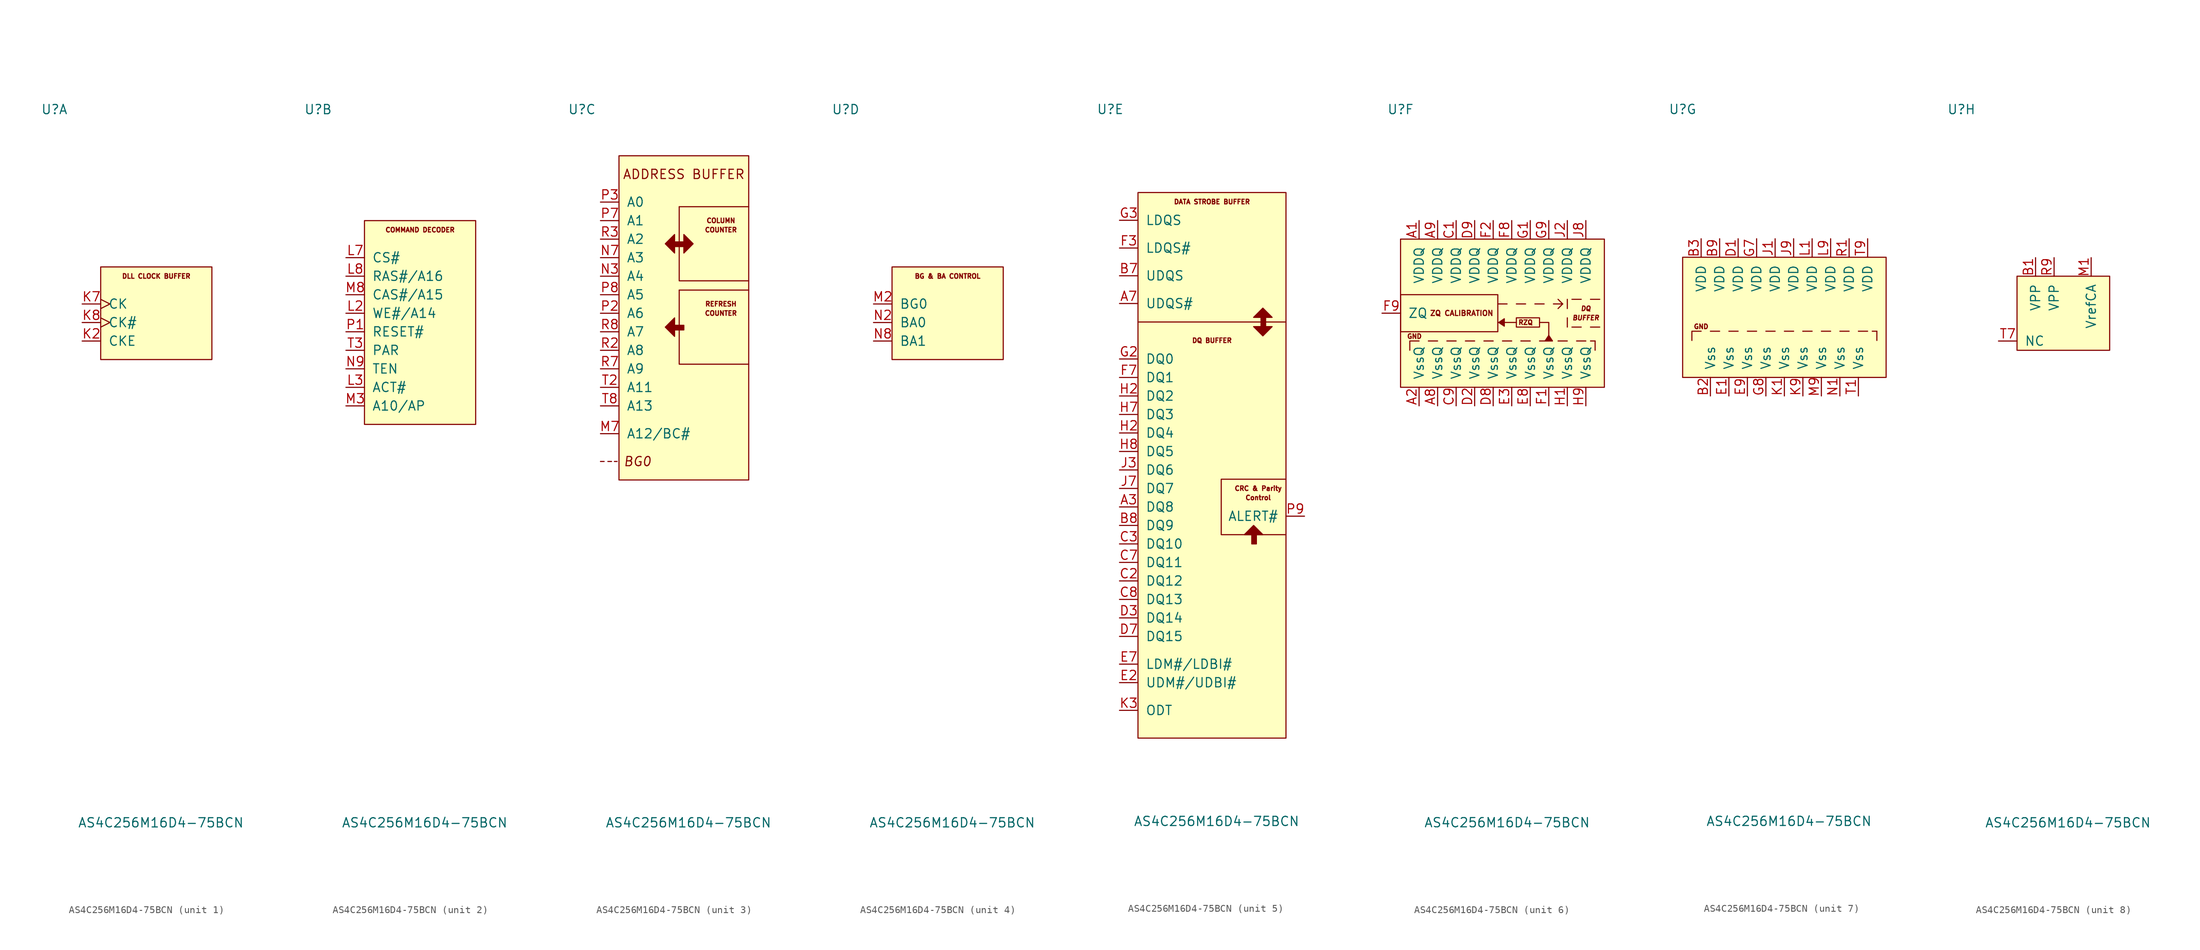
<source format=kicad_sym>
(kicad_symbol_lib
  (version 20211014)
  (generator kicad_symbol_editor)
  (symbol "AS4C256M16D4-75BCN"
    (pin_names
      (offset 1.016))
    (property "Reference" "U"
      (at -13.97 27.94 0)
      (effects (font (size 1.27 1.27))))
    (property "Value" "AS4C256M16D4-75BCN"
      (at 0.635 -69.85 0)
      (effects (font (size 1.27 1.27))))
    (property "ki_locked" ""
      (at 0 0 0)
      (effects (font (size 1.27 1.27))))
    (symbol "AS4C256M16D4-75BCN_1_0"
      (text "DLL CLOCK BUFFER" (at 0 5.08 0) (effects (font (size 0.635 0.635)))))
    (symbol "AS4C256M16D4-75BCN_1_1"
      (rectangle (start -7.62 6.35) (end 7.62 -6.35) (stroke (width 0) (type default) (color 0 0 0 0)) (fill (type background)))
      (pin input line (at -10.16 -3.81 0) (length 2.54) (name "CKE" (effects (font (size 1.27 1.27)))) (number "K2" (effects (font (size 1.27 1.27)))))
      (pin input clock (at -10.16 1.27 0) (length 2.54) (name "CK" (effects (font (size 1.27 1.27)))) (number "K7" (effects (font (size 1.27 1.27)))))
      (pin input clock (at -10.16 -1.27 0) (length 2.54) (name "CK#" (effects (font (size 1.27 1.27)))) (number "K8" (effects (font (size 1.27 1.27))))))
    (symbol "AS4C256M16D4-75BCN_2_0"
      (rectangle (start -7.62 12.7) (end 7.62 -15.24) (stroke (width 0) (type default) (color 0 0 0 0)) (fill (type background)))
      (text "COMMAND DECODER" (at 0 11.43 0) (effects (font (size 0.635 0.635)))))
    (symbol "AS4C256M16D4-75BCN_2_1"
      (pin input line (at -10.16 0 0) (length 2.54) (name "WE#/A14" (effects (font (size 1.27 1.27)))) (number "L2" (effects (font (size 1.27 1.27)))))
      (pin input line (at -10.16 -10.16 0) (length 2.54) (name "ACT#" (effects (font (size 1.27 1.27)))) (number "L3" (effects (font (size 1.27 1.27)))))
      (pin input line (at -10.16 7.62 0) (length 2.54) (name "CS#" (effects (font (size 1.27 1.27)))) (number "L7" (effects (font (size 1.27 1.27)))))
      (pin input line (at -10.16 5.08 0) (length 2.54) (name "RAS#/A16" (effects (font (size 1.27 1.27)))) (number "L8" (effects (font (size 1.27 1.27)))))
      (pin input line (at -10.16 -12.7 0) (length 2.54) (name "A10/AP" (effects (font (size 1.27 1.27)))) (number "M3" (effects (font (size 1.27 1.27)))))
      (pin input line (at -10.16 2.54 0) (length 2.54) (name "CAS#/A15" (effects (font (size 1.27 1.27)))) (number "M8" (effects (font (size 1.27 1.27)))))
      (pin input line (at -10.16 -7.62 0) (length 2.54) (name "TEN" (effects (font (size 1.27 1.27)))) (number "N9" (effects (font (size 1.27 1.27)))))
      (pin input line (at -10.16 -2.54 0) (length 2.54) (name "RESET#" (effects (font (size 1.27 1.27)))) (number "P1" (effects (font (size 1.27 1.27)))))
      (pin input line (at -10.16 -5.08 0) (length 2.54) (name "PAR" (effects (font (size 1.27 1.27)))) (number "T3" (effects (font (size 1.27 1.27))))))
    (symbol "AS4C256M16D4-75BCN_3_1"
      (rectangle (start -8.89 21.59) (end 8.89 -22.86) (stroke (width 0) (type default) (color 0 0 0 0)) (fill (type background)))
      (rectangle (start 0 -2.286) (end -1.27 -1.651) (stroke (width 0) (type default) (color 0 0 0 0)) (fill (type outline)))
      (polyline (pts (xy -11.43 -20.32) (xy -10.922 -20.32)) (stroke (width 0) (type default) (color 0 0 0 0)) (fill (type none)))
      (polyline (pts (xy -10.414 -20.32) (xy -9.906 -20.32)) (stroke (width 0) (type default) (color 0 0 0 0)) (fill (type none)))
      (polyline (pts (xy -9.525 -20.32) (xy -9.144 -20.32)) (stroke (width 0) (type default) (color 0 0 0 0)) (fill (type none)))
      (polyline (pts (xy -0.635 3.175) (xy 8.89 3.175)) (stroke (width 0) (type default) (color 0 0 0 0)) (fill (type none)))
      (polyline (pts (xy -0.635 14.605) (xy 8.89 14.605)) (stroke (width 0) (type default) (color 0 0 0 0)) (fill (type none)))
      (polyline (pts (xy -0.635 3.175) (xy -0.635 -6.985) (xy 8.89 -6.985)) (stroke (width 0) (type default) (color 0 0 0 0)) (fill (type none)))
      (polyline (pts (xy -0.635 14.605) (xy -0.635 4.445) (xy 8.89 4.445)) (stroke (width 0) (type default) (color 0 0 0 0)) (fill (type none)))
      (polyline (pts (xy -2.54 -1.905) (xy -1.27 -0.635) (xy -2.54 -1.905) (xy -1.27 -3.175) (xy -1.27 -0.635)) (stroke (width 0) (type default) (color 0 0 0 0)) (fill (type outline)))
      (polyline (pts (xy -2.54 9.525) (xy -1.27 10.795) (xy -2.54 9.525) (xy -1.27 8.255) (xy -1.27 10.795)) (stroke (width 0) (type default) (color 0 0 0 0)) (fill (type outline)))
      (polyline (pts (xy 1.27 9.525) (xy 0 8.255) (xy 1.27 9.525) (xy 0 10.795) (xy 0 8.255)) (stroke (width 0) (type default) (color 0 0 0 0)) (fill (type outline)))
      (rectangle (start 0 9.144) (end -1.27 9.779) (stroke (width 0) (type default) (color 0 0 0 0)) (fill (type outline)))
      (text "ADDRESS BUFFER" (at 0 19.05 0) (effects (font (size 1.27 1.27))))
      (text "BG0" (at -6.35 -20.32 0) (effects (font (size 1.27 1.27) italic)))
      (text "COLUMN" (at 5.08 12.7 0) (effects (font (size 0.635 0.635))))
      (text "COUNTER" (at 5.08 0 0) (effects (font (size 0.635 0.635))))
      (text "COUNTER" (at 5.08 11.43 0) (effects (font (size 0.635 0.635))))
      (text "REFRESH" (at 5.08 1.27 0) (effects (font (size 0.635 0.635))))
      (pin input line (at -11.43 -16.51 0) (length 2.54) (name "A12/BC#" (effects (font (size 1.27 1.27)))) (number "M7" (effects (font (size 1.27 1.27)))))
      (pin input line (at -11.43 5.08 0) (length 2.54) (name "A4" (effects (font (size 1.27 1.27)))) (number "N3" (effects (font (size 1.27 1.27)))))
      (pin input line (at -11.43 7.62 0) (length 2.54) (name "A3" (effects (font (size 1.27 1.27)))) (number "N7" (effects (font (size 1.27 1.27)))))
      (pin input line (at -11.43 0 0) (length 2.54) (name "A6" (effects (font (size 1.27 1.27)))) (number "P2" (effects (font (size 1.27 1.27)))))
      (pin input line (at -11.43 15.24 0) (length 2.54) (name "A0" (effects (font (size 1.27 1.27)))) (number "P3" (effects (font (size 1.27 1.27)))))
      (pin input line (at -11.43 12.7 0) (length 2.54) (name "A1" (effects (font (size 1.27 1.27)))) (number "P7" (effects (font (size 1.27 1.27)))))
      (pin input line (at -11.43 2.54 0) (length 2.54) (name "A5" (effects (font (size 1.27 1.27)))) (number "P8" (effects (font (size 1.27 1.27)))))
      (pin input line (at -11.43 -5.08 0) (length 2.54) (name "A8" (effects (font (size 1.27 1.27)))) (number "R2" (effects (font (size 1.27 1.27)))))
      (pin input line (at -11.43 10.16 0) (length 2.54) (name "A2" (effects (font (size 1.27 1.27)))) (number "R3" (effects (font (size 1.27 1.27)))))
      (pin input line (at -11.43 -7.62 0) (length 2.54) (name "A9" (effects (font (size 1.27 1.27)))) (number "R7" (effects (font (size 1.27 1.27)))))
      (pin input line (at -11.43 -2.54 0) (length 2.54) (name "A7" (effects (font (size 1.27 1.27)))) (number "R8" (effects (font (size 1.27 1.27)))))
      (pin input line (at -11.43 -10.16 0) (length 2.54) (name "A11" (effects (font (size 1.27 1.27)))) (number "T2" (effects (font (size 1.27 1.27)))))
      (pin input line (at -11.43 -12.7 0) (length 2.54) (name "A13" (effects (font (size 1.27 1.27)))) (number "T8" (effects (font (size 1.27 1.27))))))
    (symbol "AS4C256M16D4-75BCN_4_1"
      (rectangle (start -7.62 6.35) (end 7.62 -6.35) (stroke (width 0) (type default) (color 0 0 0 0)) (fill (type background)))
      (text "BG & BA CONTROL" (at 0 5.08 0) (effects (font (size 0.635 0.635))))
      (pin input line (at -10.16 1.27 0) (length 2.54) (name "BG0" (effects (font (size 1.27 1.27)))) (number "M2" (effects (font (size 1.27 1.27)))))
      (pin input line (at -10.16 -1.27 0) (length 2.54) (name "BA0" (effects (font (size 1.27 1.27)))) (number "N2" (effects (font (size 1.27 1.27)))))
      (pin input line (at -10.16 -3.81 0) (length 2.54) (name "BA1" (effects (font (size 1.27 1.27)))) (number "N8" (effects (font (size 1.27 1.27))))))
    (symbol "AS4C256M16D4-75BCN_5_1"
      (rectangle (start -10.16 16.51) (end 10.16 -58.42) (stroke (width 0) (type default) (color 0 0 0 0)) (fill (type background)))
      (polyline (pts (xy -10.16 -1.27) (xy 1.27 -1.27) (xy 10.16 -1.27)) (stroke (width 0) (type default) (color 0 0 0 0)) (fill (type none)))
      (polyline (pts (xy 5.715 -29.21) (xy 6.985 -30.48) (xy 5.715 -29.21) (xy 4.445 -30.48) (xy 6.985 -30.48)) (stroke (width 0) (type default) (color 0 0 0 0)) (fill (type outline)))
      (polyline (pts (xy 6.985 -3.175) (xy 5.715 -1.905) (xy 6.985 -3.175) (xy 8.255 -1.905) (xy 5.715 -1.905)) (stroke (width 0) (type default) (color 0 0 0 0)) (fill (type outline)))
      (polyline (pts (xy 6.985 0.635) (xy 8.255 -0.635) (xy 6.985 0.635) (xy 5.715 -0.635) (xy 8.255 -0.635)) (stroke (width 0) (type default) (color 0 0 0 0)) (fill (type outline)))
      (polyline (pts (xy 10.16 -22.86) (xy 1.27 -22.86) (xy 1.27 -26.67) (xy 1.27 -30.48) (xy 10.16 -30.48)) (stroke (width 0) (type default) (color 0 0 0 0)) (fill (type none)))
      (rectangle (start 6.096 -30.48) (end 5.461 -31.75) (stroke (width 0) (type default) (color 0 0 0 0)) (fill (type outline)))
      (rectangle (start 7.366 -0.635) (end 6.731 -1.905) (stroke (width 0) (type default) (color 0 0 0 0)) (fill (type outline)))
      (text "Control" (at 6.35 -25.4 0) (effects (font (size 0.635 0.635))))
      (text "CRC & Parity" (at 6.35 -24.13 0) (effects (font (size 0.635 0.635))))
      (text "DATA STROBE BUFFER" (at 0 15.24 0) (effects (font (size 0.635 0.635))))
      (text "DQ BUFFER" (at 0 -3.81 0) (effects (font (size 0.635 0.635))))
      (pin bidirectional line (at -12.7 -26.67 0) (length 2.54) (name "DQ8" (effects (font (size 1.27 1.27)))) (number "A3" (effects (font (size 1.27 1.27)))))
      (pin bidirectional line (at -12.7 1.27 0) (length 2.54) (name "UDQS#" (effects (font (size 1.27 1.27)))) (number "A7" (effects (font (size 1.27 1.27)))))
      (pin bidirectional line (at -12.7 5.08 0) (length 2.54) (name "UDQS" (effects (font (size 1.27 1.27)))) (number "B7" (effects (font (size 1.27 1.27)))))
      (pin bidirectional line (at -12.7 -29.21 0) (length 2.54) (name "DQ9" (effects (font (size 1.27 1.27)))) (number "B8" (effects (font (size 1.27 1.27)))))
      (pin bidirectional line (at -12.7 -36.83 0) (length 2.54) (name "DQ12" (effects (font (size 1.27 1.27)))) (number "C2" (effects (font (size 1.27 1.27)))))
      (pin bidirectional line (at -12.7 -31.75 0) (length 2.54) (name "DQ10" (effects (font (size 1.27 1.27)))) (number "C3" (effects (font (size 1.27 1.27)))))
      (pin bidirectional line (at -12.7 -34.29 0) (length 2.54) (name "DQ11" (effects (font (size 1.27 1.27)))) (number "C7" (effects (font (size 1.27 1.27)))))
      (pin bidirectional line (at -12.7 -39.37 0) (length 2.54) (name "DQ13" (effects (font (size 1.27 1.27)))) (number "C8" (effects (font (size 1.27 1.27)))))
      (pin bidirectional line (at -12.7 -41.91 0) (length 2.54) (name "DQ14" (effects (font (size 1.27 1.27)))) (number "D3" (effects (font (size 1.27 1.27)))))
      (pin bidirectional line (at -12.7 -44.45 0) (length 2.54) (name "DQ15" (effects (font (size 1.27 1.27)))) (number "D7" (effects (font (size 1.27 1.27)))))
      (pin bidirectional line (at -12.7 -50.8 0) (length 2.54) (name "UDM#/UDBI#" (effects (font (size 1.27 1.27)))) (number "E2" (effects (font (size 1.27 1.27)))))
      (pin bidirectional line (at -12.7 -48.26 0) (length 2.54) (name "LDM#/LDBI#" (effects (font (size 1.27 1.27)))) (number "E7" (effects (font (size 1.27 1.27)))))
      (pin bidirectional line (at -12.7 8.89 0) (length 2.54) (name "LDQS#" (effects (font (size 1.27 1.27)))) (number "F3" (effects (font (size 1.27 1.27)))))
      (pin bidirectional line (at -12.7 -8.89 0) (length 2.54) (name "DQ1" (effects (font (size 1.27 1.27)))) (number "F7" (effects (font (size 1.27 1.27)))))
      (pin bidirectional line (at -12.7 -6.35 0) (length 2.54) (name "DQ0" (effects (font (size 1.27 1.27)))) (number "G2" (effects (font (size 1.27 1.27)))))
      (pin bidirectional line (at -12.7 12.7 0) (length 2.54) (name "LDQS" (effects (font (size 1.27 1.27)))) (number "G3" (effects (font (size 1.27 1.27)))))
      (pin bidirectional line (at -12.7 -11.43 0) (length 2.54) (name "DQ2" (effects (font (size 1.27 1.27)))) (number "H2" (effects (font (size 1.27 1.27)))))
      (pin bidirectional line (at -12.7 -16.51 0) (length 2.54) (name "DQ4" (effects (font (size 1.27 1.27)))) (number "H2" (effects (font (size 1.27 1.27)))))
      (pin bidirectional line (at -12.7 -13.97 0) (length 2.54) (name "DQ3" (effects (font (size 1.27 1.27)))) (number "H7" (effects (font (size 1.27 1.27)))))
      (pin bidirectional line (at -12.7 -19.05 0) (length 2.54) (name "DQ5" (effects (font (size 1.27 1.27)))) (number "H8" (effects (font (size 1.27 1.27)))))
      (pin bidirectional line (at -12.7 -21.59 0) (length 2.54) (name "DQ6" (effects (font (size 1.27 1.27)))) (number "J3" (effects (font (size 1.27 1.27)))))
      (pin bidirectional line (at -12.7 -24.13 0) (length 2.54) (name "DQ7" (effects (font (size 1.27 1.27)))) (number "J7" (effects (font (size 1.27 1.27)))))
      (pin input line (at -12.7 -54.61 0) (length 2.54) (name "ODT" (effects (font (size 1.27 1.27)))) (number "K3" (effects (font (size 1.27 1.27)))))
      (pin output line (at 12.7 -27.94 180) (length 2.54) (name "ALERT#" (effects (font (size 1.27 1.27)))) (number "P9" (effects (font (size 1.27 1.27))))))
    (symbol "AS4C256M16D4-75BCN_6_1"
      (rectangle (start -13.97 2.54) (end -0.635 -2.54) (stroke (width 0) (type default) (color 0 0 0 0)) (fill (type none)))
      (polyline (pts (xy -10.16 -3.81) (xy -8.89 -3.81)) (stroke (width 0) (type default) (color 0 0 0 0)) (fill (type none)))
      (polyline (pts (xy -7.62 -3.81) (xy -6.35 -3.81)) (stroke (width 0) (type default) (color 0 0 0 0)) (fill (type none)))
      (polyline (pts (xy -5.08 -3.81) (xy -3.81 -3.81)) (stroke (width 0) (type default) (color 0 0 0 0)) (fill (type none)))
      (polyline (pts (xy -2.54 -3.81) (xy -1.27 -3.81)) (stroke (width 0) (type default) (color 0 0 0 0)) (fill (type none)))
      (polyline (pts (xy -0.635 1.27) (xy 0.635 1.27)) (stroke (width 0) (type default) (color 0 0 0 0)) (fill (type none)))
      (polyline (pts (xy 0 -3.81) (xy 1.27 -3.81)) (stroke (width 0) (type default) (color 0 0 0 0)) (fill (type none)))
      (polyline (pts (xy 1.905 -1.27) (xy -0.635 -1.27)) (stroke (width 0) (type default) (color 0 0 0 0)) (fill (type none)))
      (polyline (pts (xy 1.905 1.27) (xy 3.175 1.27)) (stroke (width 0) (type default) (color 0 0 0 0)) (fill (type none)))
      (polyline (pts (xy 2.54 -3.81) (xy 2.54 -3.81)) (stroke (width 0) (type default) (color 0 0 0 0)) (fill (type none)))
      (polyline (pts (xy 2.54 -3.81) (xy 3.81 -3.81)) (stroke (width 0) (type default) (color 0 0 0 0)) (fill (type none)))
      (polyline (pts (xy 4.445 1.27) (xy 5.715 1.27)) (stroke (width 0) (type default) (color 0 0 0 0)) (fill (type none)))
      (polyline (pts (xy 5.08 -3.81) (xy 6.35 -3.81)) (stroke (width 0) (type default) (color 0 0 0 0)) (fill (type none)))
      (polyline (pts (xy 6.985 1.27) (xy 8.255 1.27)) (stroke (width 0) (type default) (color 0 0 0 0)) (fill (type none)))
      (polyline (pts (xy 7.62 -3.81) (xy 8.89 -3.81)) (stroke (width 0) (type default) (color 0 0 0 0)) (fill (type none)))
      (polyline (pts (xy 8.255 1.27) (xy 7.62 0.635)) (stroke (width 0) (type default) (color 0 0 0 0)) (fill (type none)))
      (polyline (pts (xy 8.255 1.27) (xy 7.62 1.905)) (stroke (width 0) (type default) (color 0 0 0 0)) (fill (type none)))
      (polyline (pts (xy 8.89 -1.905) (xy 8.89 -0.635)) (stroke (width 0) (type default) (color 0 0 0 0)) (fill (type none)))
      (polyline (pts (xy 8.89 0.635) (xy 8.89 1.905)) (stroke (width 0) (type default) (color 0 0 0 0)) (fill (type none)))
      (polyline (pts (xy 10.16 -3.81) (xy 11.43 -3.81)) (stroke (width 0) (type default) (color 0 0 0 0)) (fill (type none)))
      (polyline (pts (xy 10.795 -1.905) (xy 9.525 -1.905)) (stroke (width 0) (type default) (color 0 0 0 0)) (fill (type none)))
      (polyline (pts (xy 10.795 1.905) (xy 9.525 1.905)) (stroke (width 0) (type default) (color 0 0 0 0)) (fill (type none)))
      (polyline (pts (xy 12.7 -3.81) (xy 12.065 -3.81)) (stroke (width 0) (type default) (color 0 0 0 0)) (fill (type none)))
      (polyline (pts (xy 13.335 -1.905) (xy 12.065 -1.905)) (stroke (width 0) (type default) (color 0 0 0 0)) (fill (type none)))
      (polyline (pts (xy 13.335 1.905) (xy 12.065 1.905)) (stroke (width 0) (type default) (color 0 0 0 0)) (fill (type none)))
      (polyline (pts (xy -12.7 -5.08) (xy -12.7 -3.81) (xy -11.43 -3.81)) (stroke (width 0) (type default) (color 0 0 0 0)) (fill (type none)))
      (polyline (pts (xy 5.08 -1.27) (xy 6.35 -1.27) (xy 6.35 -3.81)) (stroke (width 0) (type default) (color 0 0 0 0)) (fill (type none)))
      (polyline (pts (xy 12.7 -3.81) (xy 12.7 -5.08) (xy 12.7 -3.81)) (stroke (width 0) (type default) (color 0 0 0 0)) (fill (type none)))
      (polyline (pts (xy 0.254 -1.778) (xy -0.508 -1.27) (xy 0.254 -0.762) (xy 0.254 -1.778)) (stroke (width 0) (type default) (color 0 0 0 0)) (fill (type outline)))
      (polyline (pts (xy 5.842 -3.81) (xy 6.35 -3.048) (xy 6.858 -3.81) (xy 5.842 -3.81)) (stroke (width 0) (type default) (color 0 0 0 0)) (fill (type outline)))
      (rectangle (start 1.905 -0.635) (end 5.08 -1.905) (stroke (width 0) (type default) (color 0 0 0 0)) (fill (type none)))
      (rectangle (start 13.97 10.16) (end -13.97 -10.16) (stroke (width 0) (type default) (color 0 0 0 0)) (fill (type background)))
      (text "BUFFER" (at 11.43 -0.635 0) (effects (font (size 0.635 0.635) italic)))
      (text "DQ" (at 11.43 0.635 0) (effects (font (size 0.635 0.635) italic)))
      (text "GND" (at -12.065 -3.175 0) (effects (font (size 0.635 0.635))))
      (text "RZQ" (at 3.175 -1.27 0) (effects (font (size 0.635 0.635))))
      (text "ZQ CALIBRATION" (at -5.588 0 0) (effects (font (size 0.711 0.711))))
      (pin power_in line (at -11.43 12.7 270) (length 2.54) (name "VDDQ" (effects (font (size 1.27 1.27)))) (number "A1" (effects (font (size 1.27 1.27)))))
      (pin power_in line (at -11.43 -12.7 90) (length 2.54) (name "VssQ" (effects (font (size 1.27 1.27)))) (number "A2" (effects (font (size 1.27 1.27)))))
      (pin power_in line (at -8.89 -12.7 90) (length 2.54) (name "VssQ" (effects (font (size 1.27 1.27)))) (number "A8" (effects (font (size 1.27 1.27)))))
      (pin power_in line (at -8.89 12.7 270) (length 2.54) (name "VDDQ" (effects (font (size 1.27 1.27)))) (number "A9" (effects (font (size 1.27 1.27)))))
      (pin power_in line (at -6.35 12.7 270) (length 2.54) (name "VDDQ" (effects (font (size 1.27 1.27)))) (number "C1" (effects (font (size 1.27 1.27)))))
      (pin power_in line (at -6.35 -12.7 90) (length 2.54) (name "VssQ" (effects (font (size 1.27 1.27)))) (number "C9" (effects (font (size 1.27 1.27)))))
      (pin power_in line (at -3.81 -12.7 90) (length 2.54) (name "VssQ" (effects (font (size 1.27 1.27)))) (number "D2" (effects (font (size 1.27 1.27)))))
      (pin power_in line (at -1.27 -12.7 90) (length 2.54) (name "VssQ" (effects (font (size 1.27 1.27)))) (number "D8" (effects (font (size 1.27 1.27)))))
      (pin power_in line (at -3.81 12.7 270) (length 2.54) (name "VDDQ" (effects (font (size 1.27 1.27)))) (number "D9" (effects (font (size 1.27 1.27)))))
      (pin power_in line (at 1.27 -12.7 90) (length 2.54) (name "VssQ" (effects (font (size 1.27 1.27)))) (number "E3" (effects (font (size 1.27 1.27)))))
      (pin power_in line (at 3.81 -12.7 90) (length 2.54) (name "VssQ" (effects (font (size 1.27 1.27)))) (number "E8" (effects (font (size 1.27 1.27)))))
      (pin power_in line (at 6.35 -12.7 90) (length 2.54) (name "VssQ" (effects (font (size 1.27 1.27)))) (number "F1" (effects (font (size 1.27 1.27)))))
      (pin power_in line (at -1.27 12.7 270) (length 2.54) (name "VDDQ" (effects (font (size 1.27 1.27)))) (number "F2" (effects (font (size 1.27 1.27)))))
      (pin power_in line (at 1.27 12.7 270) (length 2.54) (name "VDDQ" (effects (font (size 1.27 1.27)))) (number "F8" (effects (font (size 1.27 1.27)))))
      (pin power_in line (at -16.51 0 0) (length 2.54) (name "ZQ" (effects (font (size 1.27 1.27)))) (number "F9" (effects (font (size 1.27 1.27)))))
      (pin power_in line (at 3.81 12.7 270) (length 2.54) (name "VDDQ" (effects (font (size 1.27 1.27)))) (number "G1" (effects (font (size 1.27 1.27)))))
      (pin power_in line (at 6.35 12.7 270) (length 2.54) (name "VDDQ" (effects (font (size 1.27 1.27)))) (number "G9" (effects (font (size 1.27 1.27)))))
      (pin power_in line (at 8.89 -12.7 90) (length 2.54) (name "VssQ" (effects (font (size 1.27 1.27)))) (number "H1" (effects (font (size 1.27 1.27)))))
      (pin power_in line (at 11.43 -12.7 90) (length 2.54) (name "VssQ" (effects (font (size 1.27 1.27)))) (number "H9" (effects (font (size 1.27 1.27)))))
      (pin power_in line (at 8.89 12.7 270) (length 2.54) (name "VDDQ" (effects (font (size 1.27 1.27)))) (number "J2" (effects (font (size 1.27 1.27)))))
      (pin power_in line (at 11.43 12.7 270) (length 2.54) (name "VDDQ" (effects (font (size 1.27 1.27)))) (number "J8" (effects (font (size 1.27 1.27))))))
    (symbol "AS4C256M16D4-75BCN_7_1"
      (polyline (pts (xy -10.16 -2.54) (xy -8.89 -2.54)) (stroke (width 0) (type default) (color 0 0 0 0)) (fill (type none)))
      (polyline (pts (xy -7.62 -2.54) (xy -6.35 -2.54)) (stroke (width 0) (type default) (color 0 0 0 0)) (fill (type none)))
      (polyline (pts (xy -5.08 -2.54) (xy -3.81 -2.54)) (stroke (width 0) (type default) (color 0 0 0 0)) (fill (type none)))
      (polyline (pts (xy -2.54 -2.54) (xy -1.27 -2.54)) (stroke (width 0) (type default) (color 0 0 0 0)) (fill (type none)))
      (polyline (pts (xy 0 -2.54) (xy 1.27 -2.54)) (stroke (width 0) (type default) (color 0 0 0 0)) (fill (type none)))
      (polyline (pts (xy 2.54 -2.54) (xy 2.54 -2.54)) (stroke (width 0) (type default) (color 0 0 0 0)) (fill (type none)))
      (polyline (pts (xy 2.54 -2.54) (xy 3.81 -2.54)) (stroke (width 0) (type default) (color 0 0 0 0)) (fill (type none)))
      (polyline (pts (xy 5.08 -2.54) (xy 6.35 -2.54)) (stroke (width 0) (type default) (color 0 0 0 0)) (fill (type none)))
      (polyline (pts (xy 7.62 -2.54) (xy 8.89 -2.54)) (stroke (width 0) (type default) (color 0 0 0 0)) (fill (type none)))
      (polyline (pts (xy 10.16 -2.54) (xy 11.43 -2.54)) (stroke (width 0) (type default) (color 0 0 0 0)) (fill (type none)))
      (polyline (pts (xy 12.7 -2.54) (xy 12.065 -2.54)) (stroke (width 0) (type default) (color 0 0 0 0)) (fill (type none)))
      (polyline (pts (xy -12.7 -3.81) (xy -12.7 -2.54) (xy -11.43 -2.54)) (stroke (width 0) (type default) (color 0 0 0 0)) (fill (type none)))
      (polyline (pts (xy 12.7 -2.54) (xy 12.7 -3.81) (xy 12.7 -2.54)) (stroke (width 0) (type default) (color 0 0 0 0)) (fill (type none)))
      (rectangle (start 13.97 7.62) (end -13.97 -8.89) (stroke (width 0) (type default) (color 0 0 0 0)) (fill (type background)))
      (text "GND" (at -11.43 -1.905 0) (effects (font (size 0.635 0.635))))
      (pin power_in line (at -10.16 -11.43 90) (length 2.54) (name "Vss" (effects (font (size 1.27 1.27)))) (number "B2" (effects (font (size 1.27 1.27)))))
      (pin power_in line (at -11.43 10.16 270) (length 2.54) (name "VDD" (effects (font (size 1.27 1.27)))) (number "B3" (effects (font (size 1.27 1.27)))))
      (pin power_in line (at -8.89 10.16 270) (length 2.54) (name "VDD" (effects (font (size 1.27 1.27)))) (number "B9" (effects (font (size 1.27 1.27)))))
      (pin power_in line (at -6.35 10.16 270) (length 2.54) (name "VDD" (effects (font (size 1.27 1.27)))) (number "D1" (effects (font (size 1.27 1.27)))))
      (pin power_in line (at -7.62 -11.43 90) (length 2.54) (name "Vss" (effects (font (size 1.27 1.27)))) (number "E1" (effects (font (size 1.27 1.27)))))
      (pin power_in line (at -5.08 -11.43 90) (length 2.54) (name "Vss" (effects (font (size 1.27 1.27)))) (number "E9" (effects (font (size 1.27 1.27)))))
      (pin power_in line (at -3.81 10.16 270) (length 2.54) (name "VDD" (effects (font (size 1.27 1.27)))) (number "G7" (effects (font (size 1.27 1.27)))))
      (pin power_in line (at -2.54 -11.43 90) (length 2.54) (name "Vss" (effects (font (size 1.27 1.27)))) (number "G8" (effects (font (size 1.27 1.27)))))
      (pin power_in line (at -1.27 10.16 270) (length 2.54) (name "VDD" (effects (font (size 1.27 1.27)))) (number "J1" (effects (font (size 1.27 1.27)))))
      (pin power_in line (at 1.27 10.16 270) (length 2.54) (name "VDD" (effects (font (size 1.27 1.27)))) (number "J9" (effects (font (size 1.27 1.27)))))
      (pin power_in line (at 0 -11.43 90) (length 2.54) (name "Vss" (effects (font (size 1.27 1.27)))) (number "K1" (effects (font (size 1.27 1.27)))))
      (pin power_in line (at 2.54 -11.43 90) (length 2.54) (name "Vss" (effects (font (size 1.27 1.27)))) (number "K9" (effects (font (size 1.27 1.27)))))
      (pin power_in line (at 3.81 10.16 270) (length 2.54) (name "VDD" (effects (font (size 1.27 1.27)))) (number "L1" (effects (font (size 1.27 1.27)))))
      (pin power_in line (at 6.35 10.16 270) (length 2.54) (name "VDD" (effects (font (size 1.27 1.27)))) (number "L9" (effects (font (size 1.27 1.27)))))
      (pin power_in line (at 5.08 -11.43 90) (length 2.54) (name "Vss" (effects (font (size 1.27 1.27)))) (number "M9" (effects (font (size 1.27 1.27)))))
      (pin power_in line (at 7.62 -11.43 90) (length 2.54) (name "Vss" (effects (font (size 1.27 1.27)))) (number "N1" (effects (font (size 1.27 1.27)))))
      (pin power_in line (at 8.89 10.16 270) (length 2.54) (name "VDD" (effects (font (size 1.27 1.27)))) (number "R1" (effects (font (size 1.27 1.27)))))
      (pin power_in line (at 10.16 -11.43 90) (length 2.54) (name "Vss" (effects (font (size 1.27 1.27)))) (number "T1" (effects (font (size 1.27 1.27)))))
      (pin power_in line (at 11.43 10.16 270) (length 2.54) (name "VDD" (effects (font (size 1.27 1.27)))) (number "T9" (effects (font (size 1.27 1.27))))))
    (symbol "AS4C256M16D4-75BCN_8_1"
      (rectangle (start -6.35 5.08) (end 6.35 -5.08) (stroke (width 0) (type default) (color 0 0 0 0)) (fill (type background)))
      (pin power_in line (at -3.81 7.62 270) (length 2.54) (name "VPP" (effects (font (size 1.27 1.27)))) (number "B1" (effects (font (size 1.27 1.27)))))
      (pin power_in line (at 3.81 7.62 270) (length 2.54) (name "VrefCA" (effects (font (size 1.27 1.27)))) (number "M1" (effects (font (size 1.27 1.27)))))
      (pin power_in line (at -1.27 7.62 270) (length 2.54) (name "VPP" (effects (font (size 1.27 1.27)))) (number "R9" (effects (font (size 1.27 1.27)))))
      (pin passive line (at -8.89 -3.81 0) (length 2.54) (name "NC" (effects (font (size 1.27 1.27)))) (number "T7" (effects (font (size 1.27 1.27))))))))
</source>
